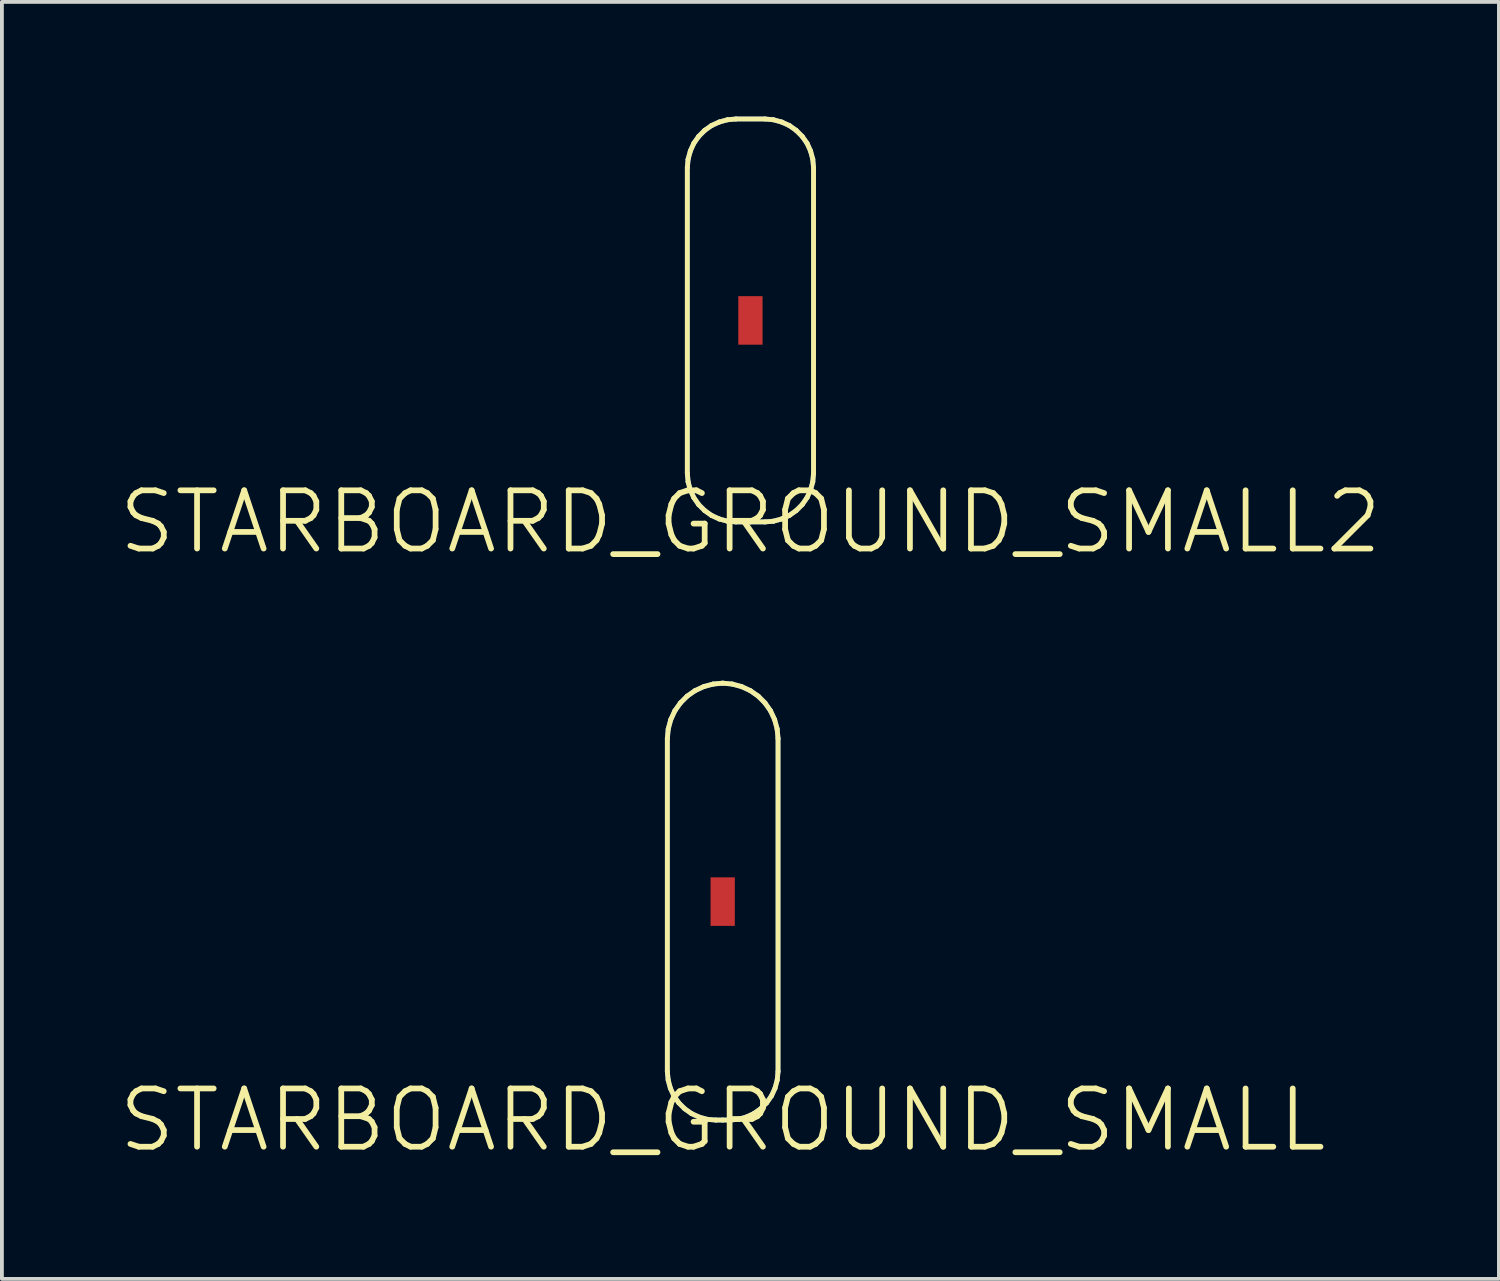
<source format=kicad_pcb>
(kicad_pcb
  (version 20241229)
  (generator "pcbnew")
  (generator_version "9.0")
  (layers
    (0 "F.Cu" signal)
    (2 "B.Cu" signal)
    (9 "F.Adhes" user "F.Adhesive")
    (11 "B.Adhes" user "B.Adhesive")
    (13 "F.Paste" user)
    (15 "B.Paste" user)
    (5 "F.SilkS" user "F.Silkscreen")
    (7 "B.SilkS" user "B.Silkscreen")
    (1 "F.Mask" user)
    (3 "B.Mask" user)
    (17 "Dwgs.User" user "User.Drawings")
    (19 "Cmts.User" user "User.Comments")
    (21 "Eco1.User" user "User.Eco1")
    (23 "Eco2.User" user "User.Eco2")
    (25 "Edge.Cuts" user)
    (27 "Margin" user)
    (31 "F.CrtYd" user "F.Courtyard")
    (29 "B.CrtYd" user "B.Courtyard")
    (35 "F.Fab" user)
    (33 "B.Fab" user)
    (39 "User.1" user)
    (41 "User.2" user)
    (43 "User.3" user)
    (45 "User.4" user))
  (footprint "STARBOARD_GROUND_SMALL2"
    (layer "F.Cu")
    (at 16.583 10.604)
    (property "Reference" "STARBOARD_GROUND_SMALL2" (at 0 0 0) (layer "F.SilkS") (effects (font (size 1.524 1.524) (thickness 0.15))))
    (attr smd)
    (fp_line (start -1.651 -9.271) (end -1.631 -9.489) (stroke (width 0.127) (type solid)) (layer "B.Cu"))
    (fp_line (start -1.651 -1.27) (end -1.651 -9.271) (stroke (width 0.127) (type solid)) (layer "B.Cu"))
    (fp_line (start -1.631 -9.489) (end -1.572 -9.705) (stroke (width 0.127) (type solid)) (layer "B.Cu"))
    (fp_line (start -1.631 -1.049) (end -1.651 -1.27) (stroke (width 0.127) (type solid)) (layer "B.Cu"))
    (fp_line (start -1.572 -9.705) (end -1.481 -9.906) (stroke (width 0.127) (type solid)) (layer "B.Cu"))
    (fp_line (start -1.572 -0.833) (end -1.631 -1.049) (stroke (width 0.127) (type solid)) (layer "B.Cu"))
    (fp_line (start -1.481 -9.906) (end -1.354 -10.086) (stroke (width 0.127) (type solid)) (layer "B.Cu"))
    (fp_line (start -1.481 -0.635) (end -1.572 -0.833) (stroke (width 0.127) (type solid)) (layer "B.Cu"))
    (fp_line (start -1.354 -10.086) (end -1.196 -10.244) (stroke (width 0.127) (type solid)) (layer "B.Cu"))
    (fp_line (start -1.354 -0.452) (end -1.481 -0.635) (stroke (width 0.127) (type solid)) (layer "B.Cu"))
    (fp_line (start -1.196 -10.244) (end -1.016 -10.371) (stroke (width 0.127) (type solid)) (layer "B.Cu"))
    (fp_line (start -1.196 -0.295) (end -1.354 -0.452) (stroke (width 0.127) (type solid)) (layer "B.Cu"))
    (fp_line (start -1.016 -10.371) (end -0.815 -10.462) (stroke (width 0.127) (type solid)) (layer "B.Cu"))
    (fp_line (start -1.016 -0.168) (end -1.196 -0.295) (stroke (width 0.127) (type solid)) (layer "B.Cu"))
    (fp_line (start -0.815 -10.462) (end -0.599 -10.521) (stroke (width 0.127) (type solid)) (layer "B.Cu"))
    (fp_line (start -0.815 -0.076) (end -1.016 -0.168) (stroke (width 0.127) (type solid)) (layer "B.Cu"))
    (fp_line (start -0.599 -10.521) (end -0.381 -10.541) (stroke (width 0.127) (type solid)) (layer "B.Cu"))
    (fp_line (start -0.599 -0.018) (end -0.815 -0.076) (stroke (width 0.127) (type solid)) (layer "B.Cu"))
    (fp_line (start -0.381 -10.541) (end 0.381 -10.541) (stroke (width 0.127) (type solid)) (layer "B.Cu"))
    (fp_line (start -0.381 0) (end -0.599 -0.018) (stroke (width 0.127) (type solid)) (layer "B.Cu"))
    (fp_line (start 0 0) (end -0.381 0) (stroke (width 0.127) (type solid)) (layer "B.Cu"))
    (fp_line (start 0.381 -10.541) (end 0.599 -10.521) (stroke (width 0.127) (type solid)) (layer "B.Cu"))
    (fp_line (start 0.381 0) (end 0 0) (stroke (width 0.127) (type solid)) (layer "B.Cu"))
    (fp_line (start 0.599 -10.521) (end 0.815 -10.462) (stroke (width 0.127) (type solid)) (layer "B.Cu"))
    (fp_line (start 0.599 -0.018) (end 0.381 0) (stroke (width 0.127) (type solid)) (layer "B.Cu"))
    (fp_line (start 0.815 -10.462) (end 1.016 -10.371) (stroke (width 0.127) (type solid)) (layer "B.Cu"))
    (fp_line (start 0.815 -0.076) (end 0.599 -0.018) (stroke (width 0.127) (type solid)) (layer "B.Cu"))
    (fp_line (start 1.016 -10.371) (end 1.196 -10.244) (stroke (width 0.127) (type solid)) (layer "B.Cu"))
    (fp_line (start 1.016 -0.168) (end 0.815 -0.076) (stroke (width 0.127) (type solid)) (layer "B.Cu"))
    (fp_line (start 1.196 -10.244) (end 1.354 -10.086) (stroke (width 0.127) (type solid)) (layer "B.Cu"))
    (fp_line (start 1.196 -0.295) (end 1.016 -0.168) (stroke (width 0.127) (type solid)) (layer "B.Cu"))
    (fp_line (start 1.354 -10.086) (end 1.481 -9.906) (stroke (width 0.127) (type solid)) (layer "B.Cu"))
    (fp_line (start 1.354 -0.452) (end 1.196 -0.295) (stroke (width 0.127) (type solid)) (layer "B.Cu"))
    (fp_line (start 1.481 -9.906) (end 1.572 -9.705) (stroke (width 0.127) (type solid)) (layer "B.Cu"))
    (fp_line (start 1.481 -0.635) (end 1.354 -0.452) (stroke (width 0.127) (type solid)) (layer "B.Cu"))
    (fp_line (start 1.572 -9.705) (end 1.631 -9.489) (stroke (width 0.127) (type solid)) (layer "B.Cu"))
    (fp_line (start 1.572 -0.833) (end 1.481 -0.635) (stroke (width 0.127) (type solid)) (layer "B.Cu"))
    (fp_line (start 1.631 -9.489) (end 1.651 -9.271) (stroke (width 0.127) (type solid)) (layer "B.Cu"))
    (fp_line (start 1.631 -1.049) (end 1.572 -0.833) (stroke (width 0.127) (type solid)) (layer "B.Cu"))
    (fp_line (start 1.651 -9.271) (end 1.651 -1.27) (stroke (width 0.127) (type solid)) (layer "B.Cu"))
    (fp_line (start 1.651 -1.27) (end 1.631 -1.049) (stroke (width 0.127) (type solid)) (layer "B.Cu"))
    (fp_line (start -1.651 -9.271) (end -1.631 -9.489) (stroke (width 0.127) (type solid)) (layer "F.SilkS"))
    (fp_line (start -1.651 -1.27) (end -1.651 -9.271) (stroke (width 0.127) (type solid)) (layer "F.SilkS"))
    (fp_line (start -1.631 -9.489) (end -1.572 -9.705) (stroke (width 0.127) (type solid)) (layer "F.SilkS"))
    (fp_line (start -1.631 -1.049) (end -1.651 -1.27) (stroke (width 0.127) (type solid)) (layer "F.SilkS"))
    (fp_line (start -1.572 -9.705) (end -1.481 -9.906) (stroke (width 0.127) (type solid)) (layer "F.SilkS"))
    (fp_line (start -1.572 -0.833) (end -1.631 -1.049) (stroke (width 0.127) (type solid)) (layer "F.SilkS"))
    (fp_line (start -1.481 -9.906) (end -1.354 -10.086) (stroke (width 0.127) (type solid)) (layer "F.SilkS"))
    (fp_line (start -1.481 -0.635) (end -1.572 -0.833) (stroke (width 0.127) (type solid)) (layer "F.SilkS"))
    (fp_line (start -1.354 -10.086) (end -1.196 -10.244) (stroke (width 0.127) (type solid)) (layer "F.SilkS"))
    (fp_line (start -1.354 -0.452) (end -1.481 -0.635) (stroke (width 0.127) (type solid)) (layer "F.SilkS"))
    (fp_line (start -1.196 -10.244) (end -1.016 -10.371) (stroke (width 0.127) (type solid)) (layer "F.SilkS"))
    (fp_line (start -1.196 -0.295) (end -1.354 -0.452) (stroke (width 0.127) (type solid)) (layer "F.SilkS"))
    (fp_line (start -1.016 -10.371) (end -0.815 -10.462) (stroke (width 0.127) (type solid)) (layer "F.SilkS"))
    (fp_line (start -1.016 -0.168) (end -1.196 -0.295) (stroke (width 0.127) (type solid)) (layer "F.SilkS"))
    (fp_line (start -0.815 -10.462) (end -0.599 -10.521) (stroke (width 0.127) (type solid)) (layer "F.SilkS"))
    (fp_line (start -0.815 -0.076) (end -1.016 -0.168) (stroke (width 0.127) (type solid)) (layer "F.SilkS"))
    (fp_line (start -0.599 -10.521) (end -0.381 -10.541) (stroke (width 0.127) (type solid)) (layer "F.SilkS"))
    (fp_line (start -0.599 -0.018) (end -0.815 -0.076) (stroke (width 0.127) (type solid)) (layer "F.SilkS"))
    (fp_line (start -0.381 -10.541) (end 0.381 -10.541) (stroke (width 0.127) (type solid)) (layer "F.SilkS"))
    (fp_line (start -0.381 0) (end -0.599 -0.018) (stroke (width 0.127) (type solid)) (layer "F.SilkS"))
    (fp_line (start 0 0) (end -0.381 0) (stroke (width 0.127) (type solid)) (layer "F.SilkS"))
    (fp_line (start 0.381 -10.541) (end 0.599 -10.521) (stroke (width 0.127) (type solid)) (layer "F.SilkS"))
    (fp_line (start 0.381 0) (end 0 0) (stroke (width 0.127) (type solid)) (layer "F.SilkS"))
    (fp_line (start 0.599 -10.521) (end 0.815 -10.462) (stroke (width 0.127) (type solid)) (layer "F.SilkS"))
    (fp_line (start 0.599 -0.018) (end 0.381 0) (stroke (width 0.127) (type solid)) (layer "F.SilkS"))
    (fp_line (start 0.815 -10.462) (end 1.016 -10.371) (stroke (width 0.127) (type solid)) (layer "F.SilkS"))
    (fp_line (start 0.815 -0.076) (end 0.599 -0.018) (stroke (width 0.127) (type solid)) (layer "F.SilkS"))
    (fp_line (start 1.016 -10.371) (end 1.196 -10.244) (stroke (width 0.127) (type solid)) (layer "F.SilkS"))
    (fp_line (start 1.016 -0.168) (end 0.815 -0.076) (stroke (width 0.127) (type solid)) (layer "F.SilkS"))
    (fp_line (start 1.196 -10.244) (end 1.354 -10.086) (stroke (width 0.127) (type solid)) (layer "F.SilkS"))
    (fp_line (start 1.196 -0.295) (end 1.016 -0.168) (stroke (width 0.127) (type solid)) (layer "F.SilkS"))
    (fp_line (start 1.354 -10.086) (end 1.481 -9.906) (stroke (width 0.127) (type solid)) (layer "F.SilkS"))
    (fp_line (start 1.354 -0.452) (end 1.196 -0.295) (stroke (width 0.127) (type solid)) (layer "F.SilkS"))
    (fp_line (start 1.481 -9.906) (end 1.572 -9.705) (stroke (width 0.127) (type solid)) (layer "F.SilkS"))
    (fp_line (start 1.481 -0.635) (end 1.354 -0.452) (stroke (width 0.127) (type solid)) (layer "F.SilkS"))
    (fp_line (start 1.572 -9.705) (end 1.631 -9.489) (stroke (width 0.127) (type solid)) (layer "F.SilkS"))
    (fp_line (start 1.572 -0.833) (end 1.481 -0.635) (stroke (width 0.127) (type solid)) (layer "F.SilkS"))
    (fp_line (start 1.631 -9.489) (end 1.651 -9.271) (stroke (width 0.127) (type solid)) (layer "F.SilkS"))
    (fp_line (start 1.631 -1.049) (end 1.572 -0.833) (stroke (width 0.127) (type solid)) (layer "F.SilkS"))
    (fp_line (start 1.651 -9.271) (end 1.651 -1.27) (stroke (width 0.127) (type solid)) (layer "F.SilkS"))
    (fp_line (start 1.651 -1.27) (end 1.631 -1.049) (stroke (width 0.127) (type solid)) (layer "F.SilkS"))
    (pad "GROU" smd rect (at 0 -5.271 90) (size 1.27 0.635) (layers "F.Cu" "F.Mask" "F.Paste")))
  (footprint "STARBOARD_GROUND_SMALL"
    (layer "F.Cu")
    (at 15.857 26.253)
    (property "Reference" "STARBOARD_GROUND_SMALL" (at 0 0 0) (layer "F.SilkS") (effects (font (size 1.524 1.524) (thickness 0.15))))
    (attr smd)
    (fp_line (start -1.448 -9.982) (end -1.448 -1.27) (stroke (width 0.127) (type solid)) (layer "B.Cu"))
    (fp_line (start -1.448 -1.27) (end -1.427 -1.049) (stroke (width 0.127) (type solid)) (layer "B.Cu"))
    (fp_line (start -1.427 -1.049) (end -1.369 -0.833) (stroke (width 0.127) (type solid)) (layer "B.Cu"))
    (fp_line (start -1.425 -10.231) (end -1.448 -9.982) (stroke (width 0.127) (type solid)) (layer "B.Cu"))
    (fp_line (start -1.369 -0.833) (end -1.278 -0.635) (stroke (width 0.127) (type solid)) (layer "B.Cu"))
    (fp_line (start -1.359 -10.475) (end -1.425 -10.231) (stroke (width 0.127) (type solid)) (layer "B.Cu"))
    (fp_line (start -1.278 -0.635) (end -1.151 -0.452) (stroke (width 0.127) (type solid)) (layer "B.Cu"))
    (fp_line (start -1.252 -10.706) (end -1.359 -10.475) (stroke (width 0.127) (type solid)) (layer "B.Cu"))
    (fp_line (start -1.151 -0.452) (end -0.993 -0.295) (stroke (width 0.127) (type solid)) (layer "B.Cu"))
    (fp_line (start -1.107 -10.912) (end -1.252 -10.706) (stroke (width 0.127) (type solid)) (layer "B.Cu"))
    (fp_line (start -0.993 -0.295) (end -0.813 -0.168) (stroke (width 0.127) (type solid)) (layer "B.Cu"))
    (fp_line (start -0.93 -11.09) (end -1.107 -10.912) (stroke (width 0.127) (type solid)) (layer "B.Cu"))
    (fp_line (start -0.813 -0.168) (end -0.612 -0.076) (stroke (width 0.127) (type solid)) (layer "B.Cu"))
    (fp_line (start -0.724 -11.234) (end -0.93 -11.09) (stroke (width 0.127) (type solid)) (layer "B.Cu"))
    (fp_line (start -0.612 -0.076) (end -0.396 -0.018) (stroke (width 0.127) (type solid)) (layer "B.Cu"))
    (fp_line (start -0.493 -11.341) (end -0.724 -11.234) (stroke (width 0.127) (type solid)) (layer "B.Cu"))
    (fp_line (start -0.396 -0.018) (end -0.178 0) (stroke (width 0.127) (type solid)) (layer "B.Cu"))
    (fp_line (start -0.249 -11.407) (end -0.493 -11.341) (stroke (width 0.127) (type solid)) (layer "B.Cu"))
    (fp_line (start -0.178 0) (end 0 0) (stroke (width 0.127) (type solid)) (layer "B.Cu"))
    (fp_line (start 0 -11.43) (end -0.249 -11.407) (stroke (width 0.127) (type solid)) (layer "B.Cu"))
    (fp_line (start 0 0) (end 0.178 0) (stroke (width 0.127) (type solid)) (layer "B.Cu"))
    (fp_line (start 0.178 0) (end 0.396 -0.018) (stroke (width 0.127) (type solid)) (layer "B.Cu"))
    (fp_line (start 0.249 -11.407) (end 0 -11.43) (stroke (width 0.127) (type solid)) (layer "B.Cu"))
    (fp_line (start 0.396 -0.018) (end 0.612 -0.076) (stroke (width 0.127) (type solid)) (layer "B.Cu"))
    (fp_line (start 0.493 -11.341) (end 0.249 -11.407) (stroke (width 0.127) (type solid)) (layer "B.Cu"))
    (fp_line (start 0.612 -0.076) (end 0.813 -0.168) (stroke (width 0.127) (type solid)) (layer "B.Cu"))
    (fp_line (start 0.724 -11.234) (end 0.493 -11.341) (stroke (width 0.127) (type solid)) (layer "B.Cu"))
    (fp_line (start 0.813 -0.168) (end 0.993 -0.295) (stroke (width 0.127) (type solid)) (layer "B.Cu"))
    (fp_line (start 0.93 -11.09) (end 0.724 -11.234) (stroke (width 0.127) (type solid)) (layer "B.Cu"))
    (fp_line (start 0.993 -0.295) (end 1.151 -0.452) (stroke (width 0.127) (type solid)) (layer "B.Cu"))
    (fp_line (start 1.107 -10.912) (end 0.93 -11.09) (stroke (width 0.127) (type solid)) (layer "B.Cu"))
    (fp_line (start 1.151 -0.452) (end 1.278 -0.635) (stroke (width 0.127) (type solid)) (layer "B.Cu"))
    (fp_line (start 1.252 -10.706) (end 1.107 -10.912) (stroke (width 0.127) (type solid)) (layer "B.Cu"))
    (fp_line (start 1.278 -0.635) (end 1.369 -0.833) (stroke (width 0.127) (type solid)) (layer "B.Cu"))
    (fp_line (start 1.359 -10.475) (end 1.252 -10.706) (stroke (width 0.127) (type solid)) (layer "B.Cu"))
    (fp_line (start 1.369 -0.833) (end 1.427 -1.049) (stroke (width 0.127) (type solid)) (layer "B.Cu"))
    (fp_line (start 1.425 -10.231) (end 1.359 -10.475) (stroke (width 0.127) (type solid)) (layer "B.Cu"))
    (fp_line (start 1.427 -1.049) (end 1.448 -1.27) (stroke (width 0.127) (type solid)) (layer "B.Cu"))
    (fp_line (start 1.448 -9.982) (end 1.425 -10.231) (stroke (width 0.127) (type solid)) (layer "B.Cu"))
    (fp_line (start 1.448 -1.27) (end 1.448 -9.982) (stroke (width 0.127) (type solid)) (layer "B.Cu"))
    (fp_line (start -1.448 -9.982) (end -1.448 -1.27) (stroke (width 0.127) (type solid)) (layer "F.SilkS"))
    (fp_line (start -1.448 -1.27) (end -1.427 -1.049) (stroke (width 0.127) (type solid)) (layer "F.SilkS"))
    (fp_line (start -1.427 -1.049) (end -1.369 -0.833) (stroke (width 0.127) (type solid)) (layer "F.SilkS"))
    (fp_line (start -1.425 -10.231) (end -1.448 -9.982) (stroke (width 0.127) (type solid)) (layer "F.SilkS"))
    (fp_line (start -1.369 -0.833) (end -1.278 -0.635) (stroke (width 0.127) (type solid)) (layer "F.SilkS"))
    (fp_line (start -1.359 -10.475) (end -1.425 -10.231) (stroke (width 0.127) (type solid)) (layer "F.SilkS"))
    (fp_line (start -1.278 -0.635) (end -1.151 -0.452) (stroke (width 0.127) (type solid)) (layer "F.SilkS"))
    (fp_line (start -1.252 -10.706) (end -1.359 -10.475) (stroke (width 0.127) (type solid)) (layer "F.SilkS"))
    (fp_line (start -1.151 -0.452) (end -0.993 -0.295) (stroke (width 0.127) (type solid)) (layer "F.SilkS"))
    (fp_line (start -1.107 -10.912) (end -1.252 -10.706) (stroke (width 0.127) (type solid)) (layer "F.SilkS"))
    (fp_line (start -0.993 -0.295) (end -0.813 -0.168) (stroke (width 0.127) (type solid)) (layer "F.SilkS"))
    (fp_line (start -0.93 -11.09) (end -1.107 -10.912) (stroke (width 0.127) (type solid)) (layer "F.SilkS"))
    (fp_line (start -0.813 -0.168) (end -0.612 -0.076) (stroke (width 0.127) (type solid)) (layer "F.SilkS"))
    (fp_line (start -0.724 -11.234) (end -0.93 -11.09) (stroke (width 0.127) (type solid)) (layer "F.SilkS"))
    (fp_line (start -0.612 -0.076) (end -0.396 -0.018) (stroke (width 0.127) (type solid)) (layer "F.SilkS"))
    (fp_line (start -0.493 -11.341) (end -0.724 -11.234) (stroke (width 0.127) (type solid)) (layer "F.SilkS"))
    (fp_line (start -0.396 -0.018) (end -0.178 0) (stroke (width 0.127) (type solid)) (layer "F.SilkS"))
    (fp_line (start -0.249 -11.407) (end -0.493 -11.341) (stroke (width 0.127) (type solid)) (layer "F.SilkS"))
    (fp_line (start -0.178 0) (end 0 0) (stroke (width 0.127) (type solid)) (layer "F.SilkS"))
    (fp_line (start 0 -11.43) (end -0.249 -11.407) (stroke (width 0.127) (type solid)) (layer "F.SilkS"))
    (fp_line (start 0 0) (end 0.178 0) (stroke (width 0.127) (type solid)) (layer "F.SilkS"))
    (fp_line (start 0.178 0) (end 0.396 -0.018) (stroke (width 0.127) (type solid)) (layer "F.SilkS"))
    (fp_line (start 0.249 -11.407) (end 0 -11.43) (stroke (width 0.127) (type solid)) (layer "F.SilkS"))
    (fp_line (start 0.396 -0.018) (end 0.612 -0.076) (stroke (width 0.127) (type solid)) (layer "F.SilkS"))
    (fp_line (start 0.493 -11.341) (end 0.249 -11.407) (stroke (width 0.127) (type solid)) (layer "F.SilkS"))
    (fp_line (start 0.612 -0.076) (end 0.813 -0.168) (stroke (width 0.127) (type solid)) (layer "F.SilkS"))
    (fp_line (start 0.724 -11.234) (end 0.493 -11.341) (stroke (width 0.127) (type solid)) (layer "F.SilkS"))
    (fp_line (start 0.813 -0.168) (end 0.993 -0.295) (stroke (width 0.127) (type solid)) (layer "F.SilkS"))
    (fp_line (start 0.93 -11.09) (end 0.724 -11.234) (stroke (width 0.127) (type solid)) (layer "F.SilkS"))
    (fp_line (start 0.993 -0.295) (end 1.151 -0.452) (stroke (width 0.127) (type solid)) (layer "F.SilkS"))
    (fp_line (start 1.107 -10.912) (end 0.93 -11.09) (stroke (width 0.127) (type solid)) (layer "F.SilkS"))
    (fp_line (start 1.151 -0.452) (end 1.278 -0.635) (stroke (width 0.127) (type solid)) (layer "F.SilkS"))
    (fp_line (start 1.252 -10.706) (end 1.107 -10.912) (stroke (width 0.127) (type solid)) (layer "F.SilkS"))
    (fp_line (start 1.278 -0.635) (end 1.369 -0.833) (stroke (width 0.127) (type solid)) (layer "F.SilkS"))
    (fp_line (start 1.359 -10.475) (end 1.252 -10.706) (stroke (width 0.127) (type solid)) (layer "F.SilkS"))
    (fp_line (start 1.369 -0.833) (end 1.427 -1.049) (stroke (width 0.127) (type solid)) (layer "F.SilkS"))
    (fp_line (start 1.425 -10.231) (end 1.359 -10.475) (stroke (width 0.127) (type solid)) (layer "F.SilkS"))
    (fp_line (start 1.427 -1.049) (end 1.448 -1.27) (stroke (width 0.127) (type solid)) (layer "F.SilkS"))
    (fp_line (start 1.448 -9.982) (end 1.425 -10.231) (stroke (width 0.127) (type solid)) (layer "F.SilkS"))
    (fp_line (start 1.448 -1.27) (end 1.448 -9.982) (stroke (width 0.127) (type solid)) (layer "F.SilkS"))
    (pad "GROU" smd rect (at 0 -5.715 90) (size 1.27 0.635) (layers "F.Cu" "F.Mask" "F.Paste")))
  (gr_rect
    (start -3 -3)
    (end 36.165 30.408)
    (stroke (width 0.1) (type default))
    (fill no)
    (layer "Edge.Cuts")))
</source>
